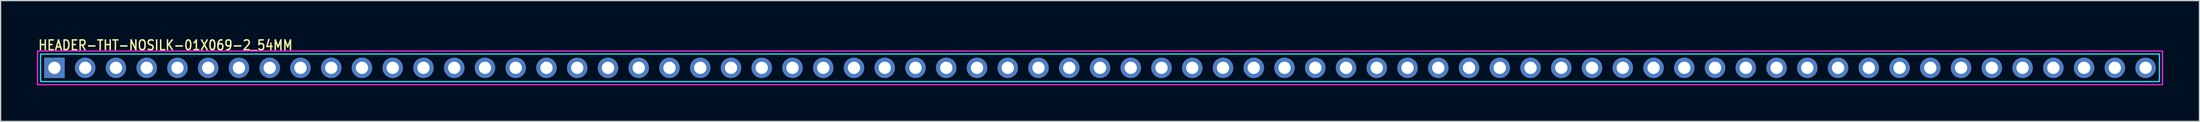
<source format=kicad_pcb>
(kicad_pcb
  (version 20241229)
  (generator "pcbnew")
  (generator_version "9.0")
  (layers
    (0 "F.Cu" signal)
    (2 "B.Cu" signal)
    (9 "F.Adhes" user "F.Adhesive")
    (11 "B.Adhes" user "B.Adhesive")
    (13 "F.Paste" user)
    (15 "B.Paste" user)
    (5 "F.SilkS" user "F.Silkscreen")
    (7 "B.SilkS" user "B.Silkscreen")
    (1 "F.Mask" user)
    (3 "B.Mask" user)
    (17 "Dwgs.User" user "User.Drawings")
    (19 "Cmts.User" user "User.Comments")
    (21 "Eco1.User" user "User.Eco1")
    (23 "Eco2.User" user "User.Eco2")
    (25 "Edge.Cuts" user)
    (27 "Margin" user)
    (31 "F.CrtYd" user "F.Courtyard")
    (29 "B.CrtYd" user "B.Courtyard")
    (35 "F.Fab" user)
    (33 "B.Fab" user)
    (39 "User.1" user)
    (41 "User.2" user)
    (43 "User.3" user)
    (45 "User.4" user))
  (footprint "HEADER-THT-NOSILK-01X069-2_54MM"
    (layer "F.Cu")
    (at 1.447 2.579)
    (property "Reference" "HEADER-THT-NOSILK-01X069-2_54MM" (at -1.4 -1.4 0) (unlocked yes) (layer "F.SilkS") (effects (font (size 0.813 0.695) (thickness 0.122)) (justify left bottom)))
    (fp_poly (pts (xy -1.143 -1.143) (xy 173.863 -1.143) (xy 173.863 1.143) (xy -1.143 1.143)) (stroke (width 0.1) (type solid)) (fill no) (layer "B.CrtYd"))
    (fp_poly (pts (xy -1.397 -1.397) (xy 174.117 -1.397) (xy 174.117 1.397) (xy -1.397 1.397)) (stroke (width 0.1) (type solid)) (fill no) (layer "F.CrtYd"))
    (pad "1" thru_hole rect (at 0 0) (size 1.693 1.693) (drill 1.016) (layers "*.Cu" "*.Mask"))
    (pad "2" thru_hole oval (at 2.54 0) (size 1.693 1.693) (drill 1.016) (layers "*.Cu" "*.Mask"))
    (pad "3" thru_hole oval (at 5.08 0) (size 1.693 1.693) (drill 1.016) (layers "*.Cu" "*.Mask"))
    (pad "4" thru_hole oval (at 7.62 0) (size 1.693 1.693) (drill 1.016) (layers "*.Cu" "*.Mask"))
    (pad "5" thru_hole oval (at 10.16 0) (size 1.693 1.693) (drill 1.016) (layers "*.Cu" "*.Mask"))
    (pad "6" thru_hole oval (at 12.7 0) (size 1.693 1.693) (drill 1.016) (layers "*.Cu" "*.Mask"))
    (pad "7" thru_hole oval (at 15.24 0) (size 1.693 1.693) (drill 1.016) (layers "*.Cu" "*.Mask"))
    (pad "8" thru_hole oval (at 17.78 0) (size 1.693 1.693) (drill 1.016) (layers "*.Cu" "*.Mask"))
    (pad "9" thru_hole oval (at 20.32 0) (size 1.693 1.693) (drill 1.016) (layers "*.Cu" "*.Mask"))
    (pad "10" thru_hole oval (at 22.86 0) (size 1.693 1.693) (drill 1.016) (layers "*.Cu" "*.Mask"))
    (pad "11" thru_hole oval (at 25.4 0) (size 1.693 1.693) (drill 1.016) (layers "*.Cu" "*.Mask"))
    (pad "12" thru_hole oval (at 27.94 0) (size 1.693 1.693) (drill 1.016) (layers "*.Cu" "*.Mask"))
    (pad "13" thru_hole oval (at 30.48 0) (size 1.693 1.693) (drill 1.016) (layers "*.Cu" "*.Mask"))
    (pad "14" thru_hole oval (at 33.02 0) (size 1.693 1.693) (drill 1.016) (layers "*.Cu" "*.Mask"))
    (pad "15" thru_hole oval (at 35.56 0) (size 1.693 1.693) (drill 1.016) (layers "*.Cu" "*.Mask"))
    (pad "16" thru_hole oval (at 38.1 0) (size 1.693 1.693) (drill 1.016) (layers "*.Cu" "*.Mask"))
    (pad "17" thru_hole oval (at 40.64 0) (size 1.693 1.693) (drill 1.016) (layers "*.Cu" "*.Mask"))
    (pad "18" thru_hole oval (at 43.18 0) (size 1.693 1.693) (drill 1.016) (layers "*.Cu" "*.Mask"))
    (pad "19" thru_hole oval (at 45.72 0) (size 1.693 1.693) (drill 1.016) (layers "*.Cu" "*.Mask"))
    (pad "20" thru_hole oval (at 48.26 0) (size 1.693 1.693) (drill 1.016) (layers "*.Cu" "*.Mask"))
    (pad "21" thru_hole oval (at 50.8 0) (size 1.693 1.693) (drill 1.016) (layers "*.Cu" "*.Mask"))
    (pad "22" thru_hole oval (at 53.34 0) (size 1.693 1.693) (drill 1.016) (layers "*.Cu" "*.Mask"))
    (pad "23" thru_hole oval (at 55.88 0) (size 1.693 1.693) (drill 1.016) (layers "*.Cu" "*.Mask"))
    (pad "24" thru_hole oval (at 58.42 0) (size 1.693 1.693) (drill 1.016) (layers "*.Cu" "*.Mask"))
    (pad "25" thru_hole oval (at 60.96 0) (size 1.693 1.693) (drill 1.016) (layers "*.Cu" "*.Mask"))
    (pad "26" thru_hole oval (at 63.5 0) (size 1.693 1.693) (drill 1.016) (layers "*.Cu" "*.Mask"))
    (pad "27" thru_hole oval (at 66.04 0) (size 1.693 1.693) (drill 1.016) (layers "*.Cu" "*.Mask"))
    (pad "28" thru_hole oval (at 68.58 0) (size 1.693 1.693) (drill 1.016) (layers "*.Cu" "*.Mask"))
    (pad "29" thru_hole oval (at 71.12 0) (size 1.693 1.693) (drill 1.016) (layers "*.Cu" "*.Mask"))
    (pad "30" thru_hole oval (at 73.66 0) (size 1.693 1.693) (drill 1.016) (layers "*.Cu" "*.Mask"))
    (pad "31" thru_hole oval (at 76.2 0) (size 1.693 1.693) (drill 1.016) (layers "*.Cu" "*.Mask"))
    (pad "32" thru_hole oval (at 78.74 0) (size 1.693 1.693) (drill 1.016) (layers "*.Cu" "*.Mask"))
    (pad "33" thru_hole oval (at 81.28 0) (size 1.693 1.693) (drill 1.016) (layers "*.Cu" "*.Mask"))
    (pad "34" thru_hole oval (at 83.82 0) (size 1.693 1.693) (drill 1.016) (layers "*.Cu" "*.Mask"))
    (pad "35" thru_hole oval (at 86.36 0) (size 1.693 1.693) (drill 1.016) (layers "*.Cu" "*.Mask"))
    (pad "36" thru_hole oval (at 88.9 0) (size 1.693 1.693) (drill 1.016) (layers "*.Cu" "*.Mask"))
    (pad "37" thru_hole oval (at 91.44 0) (size 1.693 1.693) (drill 1.016) (layers "*.Cu" "*.Mask"))
    (pad "38" thru_hole oval (at 93.98 0) (size 1.693 1.693) (drill 1.016) (layers "*.Cu" "*.Mask"))
    (pad "39" thru_hole oval (at 96.52 0) (size 1.693 1.693) (drill 1.016) (layers "*.Cu" "*.Mask"))
    (pad "40" thru_hole oval (at 99.06 0) (size 1.693 1.693) (drill 1.016) (layers "*.Cu" "*.Mask"))
    (pad "41" thru_hole oval (at 101.6 0) (size 1.693 1.693) (drill 1.016) (layers "*.Cu" "*.Mask"))
    (pad "42" thru_hole oval (at 104.14 0) (size 1.693 1.693) (drill 1.016) (layers "*.Cu" "*.Mask"))
    (pad "43" thru_hole oval (at 106.68 0) (size 1.693 1.693) (drill 1.016) (layers "*.Cu" "*.Mask"))
    (pad "44" thru_hole oval (at 109.22 0) (size 1.693 1.693) (drill 1.016) (layers "*.Cu" "*.Mask"))
    (pad "45" thru_hole oval (at 111.76 0) (size 1.693 1.693) (drill 1.016) (layers "*.Cu" "*.Mask"))
    (pad "46" thru_hole oval (at 114.3 0) (size 1.693 1.693) (drill 1.016) (layers "*.Cu" "*.Mask"))
    (pad "47" thru_hole oval (at 116.84 0) (size 1.693 1.693) (drill 1.016) (layers "*.Cu" "*.Mask"))
    (pad "48" thru_hole oval (at 119.38 0) (size 1.693 1.693) (drill 1.016) (layers "*.Cu" "*.Mask"))
    (pad "49" thru_hole oval (at 121.92 0) (size 1.693 1.693) (drill 1.016) (layers "*.Cu" "*.Mask"))
    (pad "50" thru_hole oval (at 124.46 0) (size 1.693 1.693) (drill 1.016) (layers "*.Cu" "*.Mask"))
    (pad "51" thru_hole oval (at 127 0) (size 1.693 1.693) (drill 1.016) (layers "*.Cu" "*.Mask"))
    (pad "52" thru_hole oval (at 129.54 0) (size 1.693 1.693) (drill 1.016) (layers "*.Cu" "*.Mask"))
    (pad "53" thru_hole oval (at 132.08 0) (size 1.693 1.693) (drill 1.016) (layers "*.Cu" "*.Mask"))
    (pad "54" thru_hole oval (at 134.62 0) (size 1.693 1.693) (drill 1.016) (layers "*.Cu" "*.Mask"))
    (pad "55" thru_hole oval (at 137.16 0) (size 1.693 1.693) (drill 1.016) (layers "*.Cu" "*.Mask"))
    (pad "56" thru_hole oval (at 139.7 0) (size 1.693 1.693) (drill 1.016) (layers "*.Cu" "*.Mask"))
    (pad "57" thru_hole oval (at 142.24 0) (size 1.693 1.693) (drill 1.016) (layers "*.Cu" "*.Mask"))
    (pad "58" thru_hole oval (at 144.78 0) (size 1.693 1.693) (drill 1.016) (layers "*.Cu" "*.Mask"))
    (pad "59" thru_hole oval (at 147.32 0) (size 1.693 1.693) (drill 1.016) (layers "*.Cu" "*.Mask"))
    (pad "60" thru_hole oval (at 149.86 0) (size 1.693 1.693) (drill 1.016) (layers "*.Cu" "*.Mask"))
    (pad "61" thru_hole oval (at 152.4 0) (size 1.693 1.693) (drill 1.016) (layers "*.Cu" "*.Mask"))
    (pad "62" thru_hole oval (at 154.94 0) (size 1.693 1.693) (drill 1.016) (layers "*.Cu" "*.Mask"))
    (pad "63" thru_hole oval (at 157.48 0) (size 1.693 1.693) (drill 1.016) (layers "*.Cu" "*.Mask"))
    (pad "64" thru_hole oval (at 160.02 0) (size 1.693 1.693) (drill 1.016) (layers "*.Cu" "*.Mask"))
    (pad "65" thru_hole oval (at 162.56 0) (size 1.693 1.693) (drill 1.016) (layers "*.Cu" "*.Mask"))
    (pad "66" thru_hole oval (at 165.1 0) (size 1.693 1.693) (drill 1.016) (layers "*.Cu" "*.Mask"))
    (pad "67" thru_hole oval (at 167.64 0) (size 1.693 1.693) (drill 1.016) (layers "*.Cu" "*.Mask"))
    (pad "68" thru_hole oval (at 170.18 0) (size 1.693 1.693) (drill 1.016) (layers "*.Cu" "*.Mask"))
    (pad "69" thru_hole oval (at 172.72 0) (size 1.693 1.693) (drill 1.016) (layers "*.Cu" "*.Mask")))
  (gr_rect
    (start -3 -3)
    (end 178.614 7.026)
    (stroke (width 0.1) (type default))
    (fill no)
    (layer "Edge.Cuts")))
</source>
